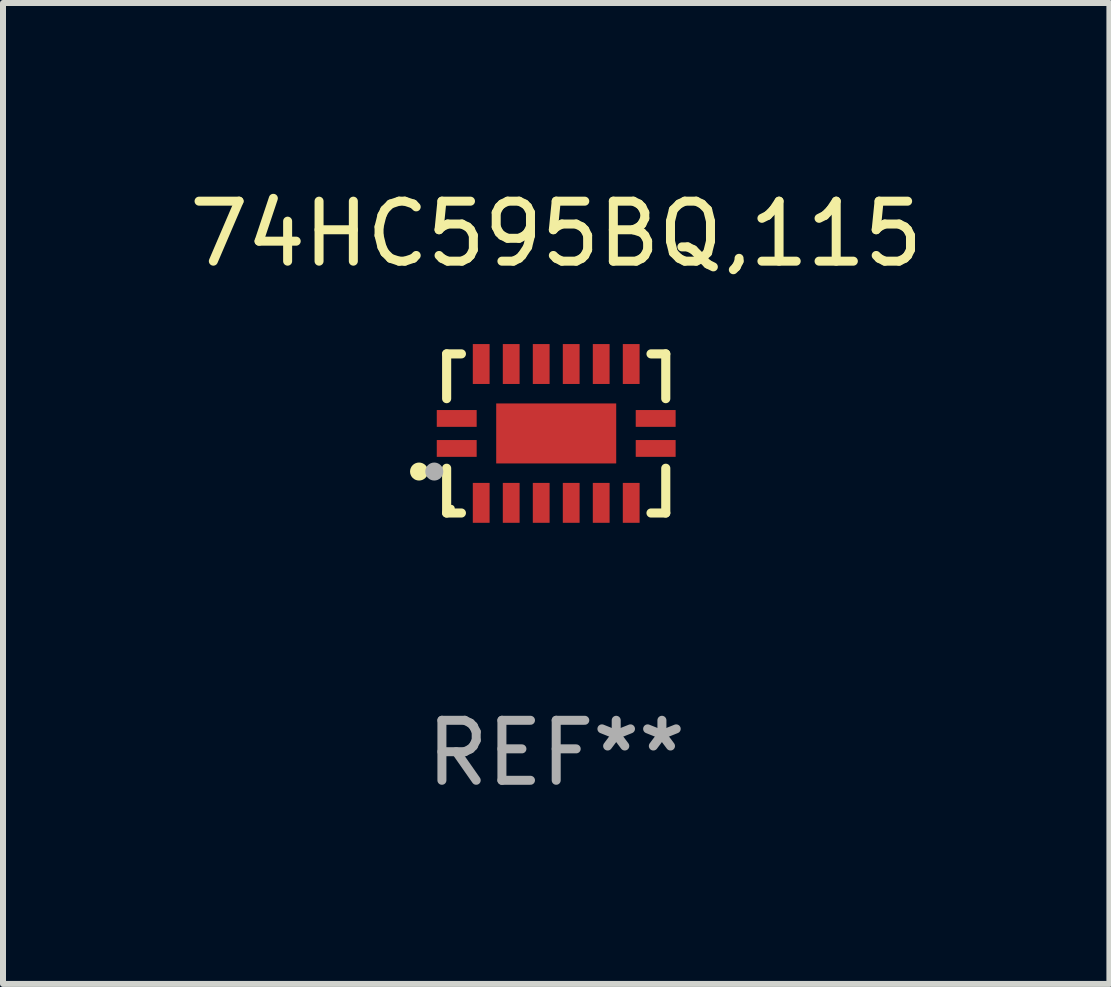
<source format=kicad_pcb>
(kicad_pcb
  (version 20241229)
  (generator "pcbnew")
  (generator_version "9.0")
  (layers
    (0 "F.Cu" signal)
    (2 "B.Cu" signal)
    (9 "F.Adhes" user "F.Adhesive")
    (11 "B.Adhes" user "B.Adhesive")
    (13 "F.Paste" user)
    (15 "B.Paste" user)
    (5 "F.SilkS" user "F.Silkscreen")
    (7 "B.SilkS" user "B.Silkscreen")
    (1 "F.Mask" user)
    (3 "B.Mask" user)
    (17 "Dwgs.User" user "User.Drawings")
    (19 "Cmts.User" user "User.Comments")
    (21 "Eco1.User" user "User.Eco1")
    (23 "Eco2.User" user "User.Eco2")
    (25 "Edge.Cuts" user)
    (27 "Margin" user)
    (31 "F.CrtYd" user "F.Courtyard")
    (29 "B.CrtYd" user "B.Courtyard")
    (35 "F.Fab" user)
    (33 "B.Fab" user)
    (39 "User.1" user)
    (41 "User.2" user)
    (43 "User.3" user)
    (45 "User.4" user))
  (footprint "74HC595BQ,115"
    (layer "F.Cu")
    (at 6.22 4.174)
    (property "Reference" "74HC595BQ,115" (at 0 -3.326 0) (layer "F.SilkS") (effects (font (size 1 1) (thickness 0.15))))
    (attr through_hole)
    (fp_line (start -1.826 -1.326) (end -1.58 -1.326) (stroke (width 0.152) (type solid)) (layer "F.SilkS"))
    (fp_line (start -1.826 -0.58) (end -1.826 -1.326) (stroke (width 0.152) (type solid)) (layer "F.SilkS"))
    (fp_line (start -1.826 0.58) (end -1.826 1.326) (stroke (width 0.152) (type solid)) (layer "F.SilkS"))
    (fp_line (start -1.826 1.326) (end -1.58 1.326) (stroke (width 0.152) (type solid)) (layer "F.SilkS"))
    (fp_line (start 1.826 -1.326) (end 1.58 -1.326) (stroke (width 0.152) (type solid)) (layer "F.SilkS"))
    (fp_line (start 1.826 -0.58) (end 1.826 -1.326) (stroke (width 0.152) (type solid)) (layer "F.SilkS"))
    (fp_line (start 1.826 0.58) (end 1.826 1.326) (stroke (width 0.152) (type solid)) (layer "F.SilkS"))
    (fp_line (start 1.826 1.326) (end 1.58 1.326) (stroke (width 0.152) (type solid)) (layer "F.SilkS"))
    (fp_circle (center -2.286 0.635) (end -2.211 0.635) (stroke (width 0.15) (type solid)) (fill no) (layer "F.SilkS"))
    (fp_circle (center -1.75 1.25) (end -1.72 1.25) (stroke (width 0.06) (type solid)) (fill no) (layer "F.SilkS"))
    (fp_circle (center -2.032 0.635) (end -1.957 0.635) (stroke (width 0.15) (type solid)) (fill no) (layer "F.Fab"))
    (fp_text user "REF**" (at 0 5.326 0) (layer "F.Fab") (effects (font (size 1 1) (thickness 0.15))))
    (pad "1" smd rect (at -1.658 0.25) (size 0.665 0.28) (layers "F.Cu" "F.Mask" "F.Paste"))
    (pad "2" smd rect (at -1.25 1.157) (size 0.28 0.665) (layers "F.Cu" "F.Mask" "F.Paste"))
    (pad "3" smd rect (at -0.75 1.157) (size 0.28 0.665) (layers "F.Cu" "F.Mask" "F.Paste"))
    (pad "4" smd rect (at -0.25 1.157) (size 0.28 0.665) (layers "F.Cu" "F.Mask" "F.Paste"))
    (pad "5" smd rect (at 0.25 1.157) (size 0.28 0.665) (layers "F.Cu" "F.Mask" "F.Paste"))
    (pad "6" smd rect (at 0.75 1.157) (size 0.28 0.665) (layers "F.Cu" "F.Mask" "F.Paste"))
    (pad "7" smd rect (at 1.25 1.157) (size 0.28 0.665) (layers "F.Cu" "F.Mask" "F.Paste"))
    (pad "8" smd rect (at 1.658 0.25) (size 0.665 0.28) (layers "F.Cu" "F.Mask" "F.Paste"))
    (pad "9" smd rect (at 1.658 -0.25) (size 0.665 0.28) (layers "F.Cu" "F.Mask" "F.Paste"))
    (pad "10" smd rect (at 1.25 -1.157) (size 0.28 0.665) (layers "F.Cu" "F.Mask" "F.Paste"))
    (pad "11" smd rect (at 0.75 -1.157) (size 0.28 0.665) (layers "F.Cu" "F.Mask" "F.Paste"))
    (pad "12" smd rect (at 0.25 -1.157) (size 0.28 0.665) (layers "F.Cu" "F.Mask" "F.Paste"))
    (pad "13" smd rect (at -0.25 -1.157) (size 0.28 0.665) (layers "F.Cu" "F.Mask" "F.Paste"))
    (pad "14" smd rect (at -0.75 -1.157) (size 0.28 0.665) (layers "F.Cu" "F.Mask" "F.Paste"))
    (pad "15" smd rect (at -1.25 -1.157) (size 0.28 0.665) (layers "F.Cu" "F.Mask" "F.Paste"))
    (pad "16" smd rect (at -1.658 -0.25) (size 0.665 0.28) (layers "F.Cu" "F.Mask" "F.Paste"))
    (pad "17" smd rect (at 0 0) (size 2 1) (layers "F.Cu" "F.Mask" "F.Paste")))
  (gr_rect
    (start -3 -3)
    (end 15.44 13.349)
    (stroke (width 0.1) (type default))
    (fill no)
    (layer "Edge.Cuts")))
</source>
